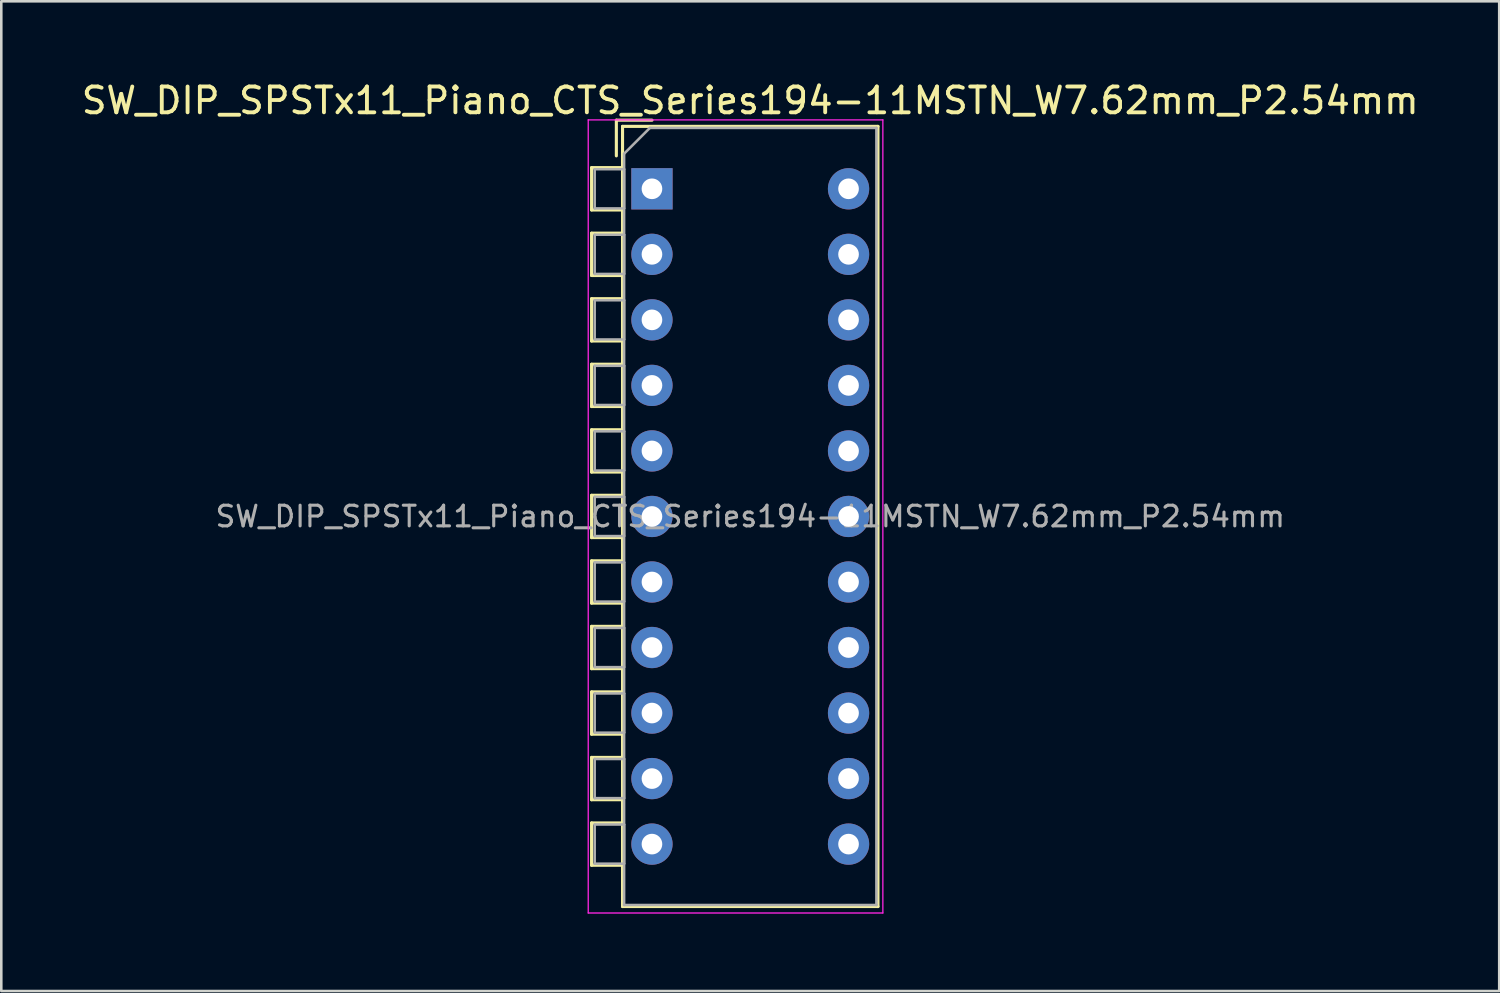
<source format=kicad_pcb>
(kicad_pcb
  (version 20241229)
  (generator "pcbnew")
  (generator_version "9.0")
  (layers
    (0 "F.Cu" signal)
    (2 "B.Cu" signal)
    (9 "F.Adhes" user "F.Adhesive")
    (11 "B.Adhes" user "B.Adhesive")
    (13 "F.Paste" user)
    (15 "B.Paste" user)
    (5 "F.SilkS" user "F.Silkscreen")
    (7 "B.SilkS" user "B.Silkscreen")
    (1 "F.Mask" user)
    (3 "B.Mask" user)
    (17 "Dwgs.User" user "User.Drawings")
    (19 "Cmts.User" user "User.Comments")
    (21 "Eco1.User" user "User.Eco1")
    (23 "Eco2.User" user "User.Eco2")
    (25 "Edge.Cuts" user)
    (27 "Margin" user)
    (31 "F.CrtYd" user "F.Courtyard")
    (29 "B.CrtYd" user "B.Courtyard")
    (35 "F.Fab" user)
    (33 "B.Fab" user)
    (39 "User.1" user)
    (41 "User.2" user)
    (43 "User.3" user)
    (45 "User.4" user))
  (footprint "SW_DIP_SPSTx11_Piano_CTS_Series194-11MSTN_W7.62mm_P2.54mm"
    (layer "F.Cu")
    (at 22.22 4.268)
    (property "Reference" "SW_DIP_SPSTx11_Piano_CTS_Series194-11MSTN_W7.62mm_P2.54mm" (at 3.81 -3.42 0) (layer "F.SilkS") (effects (font (size 1 1) (thickness 0.15))))
    (attr through_hole)
    (fp_line (start -2.34 -0.82) (end -2.34 0.82) (stroke (width 0.12) (type solid)) (layer "F.SilkS"))
    (fp_line (start -2.34 -0.82) (end -1.14 -0.82) (stroke (width 0.12) (type solid)) (layer "F.SilkS"))
    (fp_line (start -2.34 0.82) (end -1.14 0.82) (stroke (width 0.12) (type solid)) (layer "F.SilkS"))
    (fp_line (start -2.34 1.72) (end -2.34 3.36) (stroke (width 0.12) (type solid)) (layer "F.SilkS"))
    (fp_line (start -2.34 1.72) (end -1.14 1.72) (stroke (width 0.12) (type solid)) (layer "F.SilkS"))
    (fp_line (start -2.34 3.36) (end -1.14 3.36) (stroke (width 0.12) (type solid)) (layer "F.SilkS"))
    (fp_line (start -2.34 4.26) (end -2.34 5.9) (stroke (width 0.12) (type solid)) (layer "F.SilkS"))
    (fp_line (start -2.34 4.26) (end -1.14 4.26) (stroke (width 0.12) (type solid)) (layer "F.SilkS"))
    (fp_line (start -2.34 5.9) (end -1.14 5.9) (stroke (width 0.12) (type solid)) (layer "F.SilkS"))
    (fp_line (start -2.34 6.8) (end -2.34 8.44) (stroke (width 0.12) (type solid)) (layer "F.SilkS"))
    (fp_line (start -2.34 6.8) (end -1.14 6.8) (stroke (width 0.12) (type solid)) (layer "F.SilkS"))
    (fp_line (start -2.34 8.44) (end -1.14 8.44) (stroke (width 0.12) (type solid)) (layer "F.SilkS"))
    (fp_line (start -2.34 9.34) (end -2.34 10.98) (stroke (width 0.12) (type solid)) (layer "F.SilkS"))
    (fp_line (start -2.34 9.34) (end -1.14 9.34) (stroke (width 0.12) (type solid)) (layer "F.SilkS"))
    (fp_line (start -2.34 10.98) (end -1.14 10.98) (stroke (width 0.12) (type solid)) (layer "F.SilkS"))
    (fp_line (start -2.34 11.88) (end -2.34 13.52) (stroke (width 0.12) (type solid)) (layer "F.SilkS"))
    (fp_line (start -2.34 11.88) (end -1.14 11.88) (stroke (width 0.12) (type solid)) (layer "F.SilkS"))
    (fp_line (start -2.34 13.52) (end -1.14 13.52) (stroke (width 0.12) (type solid)) (layer "F.SilkS"))
    (fp_line (start -2.34 14.42) (end -2.34 16.06) (stroke (width 0.12) (type solid)) (layer "F.SilkS"))
    (fp_line (start -2.34 14.42) (end -1.14 14.42) (stroke (width 0.12) (type solid)) (layer "F.SilkS"))
    (fp_line (start -2.34 16.06) (end -1.14 16.06) (stroke (width 0.12) (type solid)) (layer "F.SilkS"))
    (fp_line (start -2.34 16.96) (end -2.34 18.6) (stroke (width 0.12) (type solid)) (layer "F.SilkS"))
    (fp_line (start -2.34 16.96) (end -1.14 16.96) (stroke (width 0.12) (type solid)) (layer "F.SilkS"))
    (fp_line (start -2.34 18.6) (end -1.14 18.6) (stroke (width 0.12) (type solid)) (layer "F.SilkS"))
    (fp_line (start -2.34 19.5) (end -2.34 21.14) (stroke (width 0.12) (type solid)) (layer "F.SilkS"))
    (fp_line (start -2.34 19.5) (end -1.14 19.5) (stroke (width 0.12) (type solid)) (layer "F.SilkS"))
    (fp_line (start -2.34 21.14) (end -1.14 21.14) (stroke (width 0.12) (type solid)) (layer "F.SilkS"))
    (fp_line (start -2.34 22.04) (end -2.34 23.68) (stroke (width 0.12) (type solid)) (layer "F.SilkS"))
    (fp_line (start -2.34 22.04) (end -1.14 22.04) (stroke (width 0.12) (type solid)) (layer "F.SilkS"))
    (fp_line (start -2.34 23.68) (end -1.14 23.68) (stroke (width 0.12) (type solid)) (layer "F.SilkS"))
    (fp_line (start -2.34 24.58) (end -2.34 26.22) (stroke (width 0.12) (type solid)) (layer "F.SilkS"))
    (fp_line (start -2.34 24.58) (end -1.14 24.58) (stroke (width 0.12) (type solid)) (layer "F.SilkS"))
    (fp_line (start -2.34 26.22) (end -1.14 26.22) (stroke (width 0.12) (type solid)) (layer "F.SilkS"))
    (fp_line (start -1.38 -2.66) (end -1.38 -1.277) (stroke (width 0.12) (type solid)) (layer "F.SilkS"))
    (fp_line (start -1.38 -2.66) (end 0.003 -2.66) (stroke (width 0.12) (type solid)) (layer "F.SilkS"))
    (fp_line (start -1.14 -2.42) (end -1.14 27.82) (stroke (width 0.12) (type solid)) (layer "F.SilkS"))
    (fp_line (start -1.14 -2.42) (end 8.76 -2.42) (stroke (width 0.12) (type solid)) (layer "F.SilkS"))
    (fp_line (start -1.14 -0.82) (end -1.14 0.82) (stroke (width 0.12) (type solid)) (layer "F.SilkS"))
    (fp_line (start -1.14 1.72) (end -1.14 3.36) (stroke (width 0.12) (type solid)) (layer "F.SilkS"))
    (fp_line (start -1.14 4.26) (end -1.14 5.9) (stroke (width 0.12) (type solid)) (layer "F.SilkS"))
    (fp_line (start -1.14 6.8) (end -1.14 8.44) (stroke (width 0.12) (type solid)) (layer "F.SilkS"))
    (fp_line (start -1.14 9.34) (end -1.14 10.98) (stroke (width 0.12) (type solid)) (layer "F.SilkS"))
    (fp_line (start -1.14 11.88) (end -1.14 13.52) (stroke (width 0.12) (type solid)) (layer "F.SilkS"))
    (fp_line (start -1.14 14.42) (end -1.14 16.06) (stroke (width 0.12) (type solid)) (layer "F.SilkS"))
    (fp_line (start -1.14 16.96) (end -1.14 18.6) (stroke (width 0.12) (type solid)) (layer "F.SilkS"))
    (fp_line (start -1.14 19.5) (end -1.14 21.14) (stroke (width 0.12) (type solid)) (layer "F.SilkS"))
    (fp_line (start -1.14 22.04) (end -1.14 23.68) (stroke (width 0.12) (type solid)) (layer "F.SilkS"))
    (fp_line (start -1.14 24.58) (end -1.14 26.22) (stroke (width 0.12) (type solid)) (layer "F.SilkS"))
    (fp_line (start -1.14 27.82) (end 8.76 27.82) (stroke (width 0.12) (type solid)) (layer "F.SilkS"))
    (fp_line (start 8.76 -2.42) (end 8.76 27.82) (stroke (width 0.12) (type solid)) (layer "F.SilkS"))
    (fp_line (start -2.47 -2.67) (end -2.47 28.07) (stroke (width 0.05) (type solid)) (layer "F.CrtYd"))
    (fp_line (start -2.47 28.07) (end 8.95 28.07) (stroke (width 0.05) (type solid)) (layer "F.CrtYd"))
    (fp_line (start 8.95 -2.67) (end -2.47 -2.67) (stroke (width 0.05) (type solid)) (layer "F.CrtYd"))
    (fp_line (start 8.95 28.07) (end 8.95 -2.67) (stroke (width 0.05) (type solid)) (layer "F.CrtYd"))
    (fp_line (start -2.22 -0.76) (end -1.08 -0.76) (stroke (width 0.1) (type solid)) (layer "F.Fab"))
    (fp_line (start -2.22 0.76) (end -2.22 -0.76) (stroke (width 0.1) (type solid)) (layer "F.Fab"))
    (fp_line (start -2.22 1.78) (end -1.08 1.78) (stroke (width 0.1) (type solid)) (layer "F.Fab"))
    (fp_line (start -2.22 3.3) (end -2.22 1.78) (stroke (width 0.1) (type solid)) (layer "F.Fab"))
    (fp_line (start -2.22 4.32) (end -1.08 4.32) (stroke (width 0.1) (type solid)) (layer "F.Fab"))
    (fp_line (start -2.22 5.84) (end -2.22 4.32) (stroke (width 0.1) (type solid)) (layer "F.Fab"))
    (fp_line (start -2.22 6.86) (end -1.08 6.86) (stroke (width 0.1) (type solid)) (layer "F.Fab"))
    (fp_line (start -2.22 8.38) (end -2.22 6.86) (stroke (width 0.1) (type solid)) (layer "F.Fab"))
    (fp_line (start -2.22 9.4) (end -1.08 9.4) (stroke (width 0.1) (type solid)) (layer "F.Fab"))
    (fp_line (start -2.22 10.92) (end -2.22 9.4) (stroke (width 0.1) (type solid)) (layer "F.Fab"))
    (fp_line (start -2.22 11.94) (end -1.08 11.94) (stroke (width 0.1) (type solid)) (layer "F.Fab"))
    (fp_line (start -2.22 13.46) (end -2.22 11.94) (stroke (width 0.1) (type solid)) (layer "F.Fab"))
    (fp_line (start -2.22 14.48) (end -1.08 14.48) (stroke (width 0.1) (type solid)) (layer "F.Fab"))
    (fp_line (start -2.22 16) (end -2.22 14.48) (stroke (width 0.1) (type solid)) (layer "F.Fab"))
    (fp_line (start -2.22 17.02) (end -1.08 17.02) (stroke (width 0.1) (type solid)) (layer "F.Fab"))
    (fp_line (start -2.22 18.54) (end -2.22 17.02) (stroke (width 0.1) (type solid)) (layer "F.Fab"))
    (fp_line (start -2.22 19.56) (end -1.08 19.56) (stroke (width 0.1) (type solid)) (layer "F.Fab"))
    (fp_line (start -2.22 21.08) (end -2.22 19.56) (stroke (width 0.1) (type solid)) (layer "F.Fab"))
    (fp_line (start -2.22 22.1) (end -1.08 22.1) (stroke (width 0.1) (type solid)) (layer "F.Fab"))
    (fp_line (start -2.22 23.62) (end -2.22 22.1) (stroke (width 0.1) (type solid)) (layer "F.Fab"))
    (fp_line (start -2.22 24.64) (end -1.08 24.64) (stroke (width 0.1) (type solid)) (layer "F.Fab"))
    (fp_line (start -2.22 26.16) (end -2.22 24.64) (stroke (width 0.1) (type solid)) (layer "F.Fab"))
    (fp_line (start -1.08 -1.36) (end -0.08 -2.36) (stroke (width 0.1) (type solid)) (layer "F.Fab"))
    (fp_line (start -1.08 -0.76) (end -1.08 0.76) (stroke (width 0.1) (type solid)) (layer "F.Fab"))
    (fp_line (start -1.08 0.76) (end -2.22 0.76) (stroke (width 0.1) (type solid)) (layer "F.Fab"))
    (fp_line (start -1.08 1.78) (end -1.08 3.3) (stroke (width 0.1) (type solid)) (layer "F.Fab"))
    (fp_line (start -1.08 3.3) (end -2.22 3.3) (stroke (width 0.1) (type solid)) (layer "F.Fab"))
    (fp_line (start -1.08 4.32) (end -1.08 5.84) (stroke (width 0.1) (type solid)) (layer "F.Fab"))
    (fp_line (start -1.08 5.84) (end -2.22 5.84) (stroke (width 0.1) (type solid)) (layer "F.Fab"))
    (fp_line (start -1.08 6.86) (end -1.08 8.38) (stroke (width 0.1) (type solid)) (layer "F.Fab"))
    (fp_line (start -1.08 8.38) (end -2.22 8.38) (stroke (width 0.1) (type solid)) (layer "F.Fab"))
    (fp_line (start -1.08 9.4) (end -1.08 10.92) (stroke (width 0.1) (type solid)) (layer "F.Fab"))
    (fp_line (start -1.08 10.92) (end -2.22 10.92) (stroke (width 0.1) (type solid)) (layer "F.Fab"))
    (fp_line (start -1.08 11.94) (end -1.08 13.46) (stroke (width 0.1) (type solid)) (layer "F.Fab"))
    (fp_line (start -1.08 13.46) (end -2.22 13.46) (stroke (width 0.1) (type solid)) (layer "F.Fab"))
    (fp_line (start -1.08 14.48) (end -1.08 16) (stroke (width 0.1) (type solid)) (layer "F.Fab"))
    (fp_line (start -1.08 16) (end -2.22 16) (stroke (width 0.1) (type solid)) (layer "F.Fab"))
    (fp_line (start -1.08 17.02) (end -1.08 18.54) (stroke (width 0.1) (type solid)) (layer "F.Fab"))
    (fp_line (start -1.08 18.54) (end -2.22 18.54) (stroke (width 0.1) (type solid)) (layer "F.Fab"))
    (fp_line (start -1.08 19.56) (end -1.08 21.08) (stroke (width 0.1) (type solid)) (layer "F.Fab"))
    (fp_line (start -1.08 21.08) (end -2.22 21.08) (stroke (width 0.1) (type solid)) (layer "F.Fab"))
    (fp_line (start -1.08 22.1) (end -1.08 23.62) (stroke (width 0.1) (type solid)) (layer "F.Fab"))
    (fp_line (start -1.08 23.62) (end -2.22 23.62) (stroke (width 0.1) (type solid)) (layer "F.Fab"))
    (fp_line (start -1.08 24.64) (end -1.08 26.16) (stroke (width 0.1) (type solid)) (layer "F.Fab"))
    (fp_line (start -1.08 26.16) (end -2.22 26.16) (stroke (width 0.1) (type solid)) (layer "F.Fab"))
    (fp_line (start -1.08 27.76) (end -1.08 -1.36) (stroke (width 0.1) (type solid)) (layer "F.Fab"))
    (fp_line (start -0.08 -2.36) (end 8.7 -2.36) (stroke (width 0.1) (type solid)) (layer "F.Fab"))
    (fp_line (start 8.7 -2.36) (end 8.7 27.76) (stroke (width 0.1) (type solid)) (layer "F.Fab"))
    (fp_line (start 8.7 27.76) (end -1.08 27.76) (stroke (width 0.1) (type solid)) (layer "F.Fab"))
    (fp_text user "${REFERENCE}" (at 3.81 12.7 0) (layer "F.Fab") (effects (font (size 0.8 0.8) (thickness 0.12))))
    (pad "1" thru_hole rect (at 0 0) (size 1.6 1.6) (drill 0.8) (layers "*.Cu" "*.Mask"))
    (pad "2" thru_hole circle (at 0 2.54) (size 1.6 1.6) (drill 0.8) (layers "*.Cu" "*.Mask"))
    (pad "3" thru_hole circle (at 0 5.08) (size 1.6 1.6) (drill 0.8) (layers "*.Cu" "*.Mask"))
    (pad "4" thru_hole circle (at 0 7.62) (size 1.6 1.6) (drill 0.8) (layers "*.Cu" "*.Mask"))
    (pad "5" thru_hole circle (at 0 10.16) (size 1.6 1.6) (drill 0.8) (layers "*.Cu" "*.Mask"))
    (pad "6" thru_hole circle (at 0 12.7) (size 1.6 1.6) (drill 0.8) (layers "*.Cu" "*.Mask"))
    (pad "7" thru_hole circle (at 0 15.24) (size 1.6 1.6) (drill 0.8) (layers "*.Cu" "*.Mask"))
    (pad "8" thru_hole circle (at 0 17.78) (size 1.6 1.6) (drill 0.8) (layers "*.Cu" "*.Mask"))
    (pad "9" thru_hole circle (at 0 20.32) (size 1.6 1.6) (drill 0.8) (layers "*.Cu" "*.Mask"))
    (pad "10" thru_hole circle (at 0 22.86) (size 1.6 1.6) (drill 0.8) (layers "*.Cu" "*.Mask"))
    (pad "11" thru_hole circle (at 0 25.4) (size 1.6 1.6) (drill 0.8) (layers "*.Cu" "*.Mask"))
    (pad "12" thru_hole circle (at 7.62 25.4) (size 1.6 1.6) (drill 0.8) (layers "*.Cu" "*.Mask"))
    (pad "13" thru_hole circle (at 7.62 22.86) (size 1.6 1.6) (drill 0.8) (layers "*.Cu" "*.Mask"))
    (pad "14" thru_hole circle (at 7.62 20.32) (size 1.6 1.6) (drill 0.8) (layers "*.Cu" "*.Mask"))
    (pad "15" thru_hole circle (at 7.62 17.78) (size 1.6 1.6) (drill 0.8) (layers "*.Cu" "*.Mask"))
    (pad "16" thru_hole circle (at 7.62 15.24) (size 1.6 1.6) (drill 0.8) (layers "*.Cu" "*.Mask"))
    (pad "17" thru_hole circle (at 7.62 12.7) (size 1.6 1.6) (drill 0.8) (layers "*.Cu" "*.Mask"))
    (pad "18" thru_hole circle (at 7.62 10.16) (size 1.6 1.6) (drill 0.8) (layers "*.Cu" "*.Mask"))
    (pad "19" thru_hole circle (at 7.62 7.62) (size 1.6 1.6) (drill 0.8) (layers "*.Cu" "*.Mask"))
    (pad "20" thru_hole circle (at 7.62 5.08) (size 1.6 1.6) (drill 0.8) (layers "*.Cu" "*.Mask"))
    (pad "21" thru_hole circle (at 7.62 2.54) (size 1.6 1.6) (drill 0.8) (layers "*.Cu" "*.Mask"))
    (pad "22" thru_hole circle (at 7.62 0) (size 1.6 1.6) (drill 0.8) (layers "*.Cu" "*.Mask")))
  (gr_rect
    (start -3 -3)
    (end 55.06 35.363)
    (stroke (width 0.1) (type default))
    (fill no)
    (layer "Edge.Cuts")))
</source>
